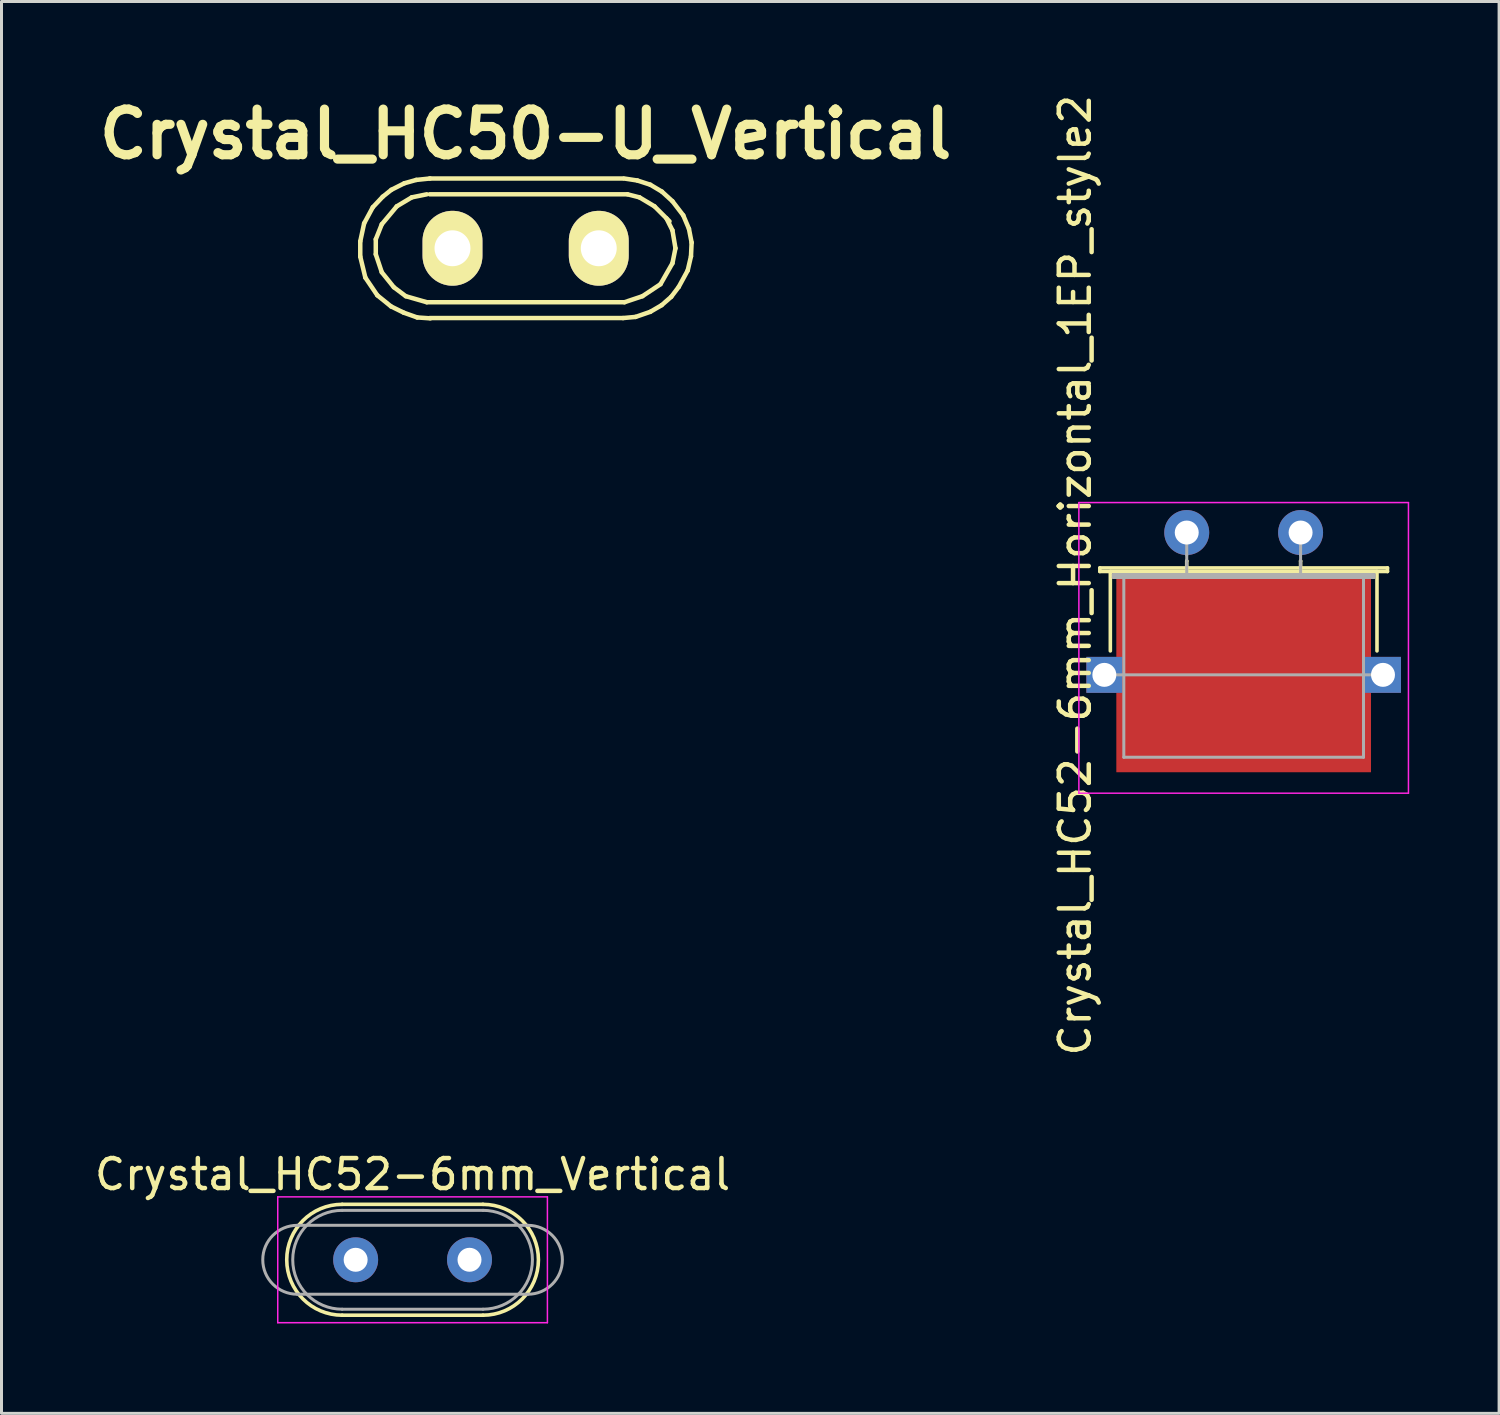
<source format=kicad_pcb>
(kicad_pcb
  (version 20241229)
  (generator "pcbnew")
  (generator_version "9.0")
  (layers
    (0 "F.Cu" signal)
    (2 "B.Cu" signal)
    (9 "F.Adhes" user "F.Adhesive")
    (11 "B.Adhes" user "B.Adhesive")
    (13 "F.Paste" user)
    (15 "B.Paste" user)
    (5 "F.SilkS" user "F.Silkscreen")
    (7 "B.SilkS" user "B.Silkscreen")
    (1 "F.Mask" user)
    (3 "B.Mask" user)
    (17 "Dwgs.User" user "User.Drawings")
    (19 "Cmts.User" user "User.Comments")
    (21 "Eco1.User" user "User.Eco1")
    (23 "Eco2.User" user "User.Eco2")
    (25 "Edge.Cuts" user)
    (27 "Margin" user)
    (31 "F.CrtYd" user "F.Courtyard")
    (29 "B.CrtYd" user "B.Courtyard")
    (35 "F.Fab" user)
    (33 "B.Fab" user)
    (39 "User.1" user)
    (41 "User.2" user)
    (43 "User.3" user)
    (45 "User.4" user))
  (footprint "Crystal_HC52-6mm_Vertical"
    (layer "F.Cu")
    (at 8.82 38.996)
    (property "Reference" "Crystal_HC52-6mm_Vertical" (at 1.9 -2.85 0) (layer "F.SilkS") (effects (font (size 1 1) (thickness 0.15))))
    (attr through_hole)
    (fp_line (start -0.45 -1.85) (end 4.25 -1.85) (stroke (width 0.12) (type solid)) (layer "F.SilkS"))
    (fp_line (start -0.45 1.85) (end 4.25 1.85) (stroke (width 0.12) (type solid)) (layer "F.SilkS"))
    (fp_arc (start -0.45 1.85) (mid -2.3 0) (end -0.45 -1.85) (stroke (width 0.12) (type solid)) (layer "F.SilkS"))
    (fp_arc (start 4.25 -1.85) (mid 6.1 0) (end 4.25 1.85) (stroke (width 0.12) (type solid)) (layer "F.SilkS"))
    (fp_line (start -2.6 -2.1) (end -2.6 2.1) (stroke (width 0.05) (type solid)) (layer "F.CrtYd"))
    (fp_line (start -2.6 2.1) (end 6.4 2.1) (stroke (width 0.05) (type solid)) (layer "F.CrtYd"))
    (fp_line (start 6.4 -2.1) (end -2.6 -2.1) (stroke (width 0.05) (type solid)) (layer "F.CrtYd"))
    (fp_line (start 6.4 2.1) (end 6.4 -2.1) (stroke (width 0.05) (type solid)) (layer "F.CrtYd"))
    (fp_line (start -1.95 -1.15) (end 5.75 -1.15) (stroke (width 0.1) (type solid)) (layer "F.Fab"))
    (fp_line (start -1.95 1.15) (end 5.75 1.15) (stroke (width 0.1) (type solid)) (layer "F.Fab"))
    (fp_line (start -0.45 -1.65) (end 4.25 -1.65) (stroke (width 0.1) (type solid)) (layer "F.Fab"))
    (fp_line (start -0.45 1.65) (end 4.25 1.65) (stroke (width 0.1) (type solid)) (layer "F.Fab"))
    (fp_arc (start -1.95 1.15) (mid -3.1 0) (end -1.95 -1.15) (stroke (width 0.1) (type solid)) (layer "F.Fab"))
    (fp_arc (start -0.45 1.65) (mid -2.1 0) (end -0.45 -1.65) (stroke (width 0.1) (type solid)) (layer "F.Fab"))
    (fp_arc (start 4.25 -1.65) (mid 5.9 0) (end 4.25 1.65) (stroke (width 0.1) (type solid)) (layer "F.Fab"))
    (fp_arc (start 5.75 -1.15) (mid 6.9 0) (end 5.75 1.15) (stroke (width 0.1) (type solid)) (layer "F.Fab"))
    (pad "1" thru_hole circle (at 0 0) (size 1.5 1.5) (drill 0.8) (layers "*.Cu" "*.Mask"))
    (pad "2" thru_hole circle (at 3.8 0) (size 1.5 1.5) (drill 0.8) (layers "*.Cu" "*.Mask")))
  (footprint "Crystal_HC50-U_Vertical"
    (layer "F.Cu")
    (at 14.493 5.236)
    (property "Reference" "Crystal_HC50-U_Vertical" (at 0 -3.81 0) (layer "F.SilkS") (effects (font (size 1.524 1.524) (thickness 0.305))))
    (attr through_hole)
    (fp_line (start -5.519 -0.231) (end -5.519 0.279) (stroke (width 0.15) (type solid)) (layer "F.SilkS"))
    (fp_line (start -5.519 0.279) (end -5.349 0.98) (stroke (width 0.15) (type solid)) (layer "F.SilkS"))
    (fp_line (start -5.39 -0.831) (end -5.519 -0.231) (stroke (width 0.15) (type solid)) (layer "F.SilkS"))
    (fp_line (start -5.349 0.98) (end -4.95 1.57) (stroke (width 0.15) (type solid)) (layer "F.SilkS"))
    (fp_line (start -5.1 -1.369) (end -5.39 -0.831) (stroke (width 0.15) (type solid)) (layer "F.SilkS"))
    (fp_line (start -5.001 -0.3) (end -4.801 -0.8) (stroke (width 0.15) (type solid)) (layer "F.SilkS"))
    (fp_line (start -5.001 0.201) (end -5.001 -0.3) (stroke (width 0.15) (type solid)) (layer "F.SilkS"))
    (fp_line (start -4.95 1.57) (end -4.491 1.941) (stroke (width 0.15) (type solid)) (layer "F.SilkS"))
    (fp_line (start -4.801 -0.8) (end -4.3 -1.4) (stroke (width 0.15) (type solid)) (layer "F.SilkS"))
    (fp_line (start -4.801 0.8) (end -5.001 0.201) (stroke (width 0.15) (type solid)) (layer "F.SilkS"))
    (fp_line (start -4.77 -1.72) (end -5.1 -1.369) (stroke (width 0.15) (type solid)) (layer "F.SilkS"))
    (fp_line (start -4.491 1.941) (end -4.069 2.149) (stroke (width 0.15) (type solid)) (layer "F.SilkS"))
    (fp_line (start -4.481 -1.951) (end -4.77 -1.72) (stroke (width 0.15) (type solid)) (layer "F.SilkS"))
    (fp_line (start -4.399 1.3) (end -4.801 0.8) (stroke (width 0.15) (type solid)) (layer "F.SilkS"))
    (fp_line (start -4.3 -1.4) (end -3.8 -1.699) (stroke (width 0.15) (type solid)) (layer "F.SilkS"))
    (fp_line (start -4.069 2.149) (end -3.619 2.309) (stroke (width 0.15) (type solid)) (layer "F.SilkS"))
    (fp_line (start -4.049 -2.169) (end -4.481 -1.951) (stroke (width 0.15) (type solid)) (layer "F.SilkS"))
    (fp_line (start -4 1.6) (end -4.399 1.3) (stroke (width 0.15) (type solid)) (layer "F.SilkS"))
    (fp_line (start -3.8 -1.699) (end -3.299 -1.801) (stroke (width 0.15) (type solid)) (layer "F.SilkS"))
    (fp_line (start -3.65 -2.281) (end -4.049 -2.169) (stroke (width 0.15) (type solid)) (layer "F.SilkS"))
    (fp_line (start -3.619 2.309) (end -3.18 2.339) (stroke (width 0.15) (type solid)) (layer "F.SilkS"))
    (fp_line (start -3.299 1.801) (end -4 1.6) (stroke (width 0.15) (type solid)) (layer "F.SilkS"))
    (fp_line (start -3.2 -2.329) (end 3.251 -2.329) (stroke (width 0.15) (type solid)) (layer "F.SilkS"))
    (fp_line (start -3.2 -1.801) (end 3.401 -1.801) (stroke (width 0.15) (type solid)) (layer "F.SilkS"))
    (fp_line (start -3.2 2.329) (end 3.251 2.329) (stroke (width 0.15) (type solid)) (layer "F.SilkS"))
    (fp_line (start -3.19 -2.329) (end -3.65 -2.281) (stroke (width 0.15) (type solid)) (layer "F.SilkS"))
    (fp_line (start 3.251 2.329) (end 3.67 2.291) (stroke (width 0.15) (type solid)) (layer "F.SilkS"))
    (fp_line (start 3.299 1.801) (end -3.299 1.801) (stroke (width 0.15) (type solid)) (layer "F.SilkS"))
    (fp_line (start 3.401 -1.801) (end 3.8 -1.699) (stroke (width 0.15) (type solid)) (layer "F.SilkS"))
    (fp_line (start 3.67 2.291) (end 4.161 2.121) (stroke (width 0.15) (type solid)) (layer "F.SilkS"))
    (fp_line (start 3.731 -2.261) (end 3.289 -2.329) (stroke (width 0.15) (type solid)) (layer "F.SilkS"))
    (fp_line (start 3.8 -1.699) (end 4.3 -1.4) (stroke (width 0.15) (type solid)) (layer "F.SilkS"))
    (fp_line (start 3.899 1.6) (end 3.299 1.801) (stroke (width 0.15) (type solid)) (layer "F.SilkS"))
    (fp_line (start 4.161 -2.121) (end 3.731 -2.261) (stroke (width 0.15) (type solid)) (layer "F.SilkS"))
    (fp_line (start 4.161 2.121) (end 4.539 1.9) (stroke (width 0.15) (type solid)) (layer "F.SilkS"))
    (fp_line (start 4.3 -1.4) (end 4.801 -0.899) (stroke (width 0.15) (type solid)) (layer "F.SilkS"))
    (fp_line (start 4.501 1.199) (end 3.899 1.6) (stroke (width 0.15) (type solid)) (layer "F.SilkS"))
    (fp_line (start 4.539 1.9) (end 4.859 1.621) (stroke (width 0.15) (type solid)) (layer "F.SilkS"))
    (fp_line (start 4.549 -1.89) (end 4.161 -2.121) (stroke (width 0.15) (type solid)) (layer "F.SilkS"))
    (fp_line (start 4.699 -1.001) (end 4.9 -0.599) (stroke (width 0.15) (type solid)) (layer "F.SilkS"))
    (fp_line (start 4.859 1.621) (end 5.11 1.29) (stroke (width 0.15) (type solid)) (layer "F.SilkS"))
    (fp_line (start 4.9 -1.57) (end 4.549 -1.89) (stroke (width 0.15) (type solid)) (layer "F.SilkS"))
    (fp_line (start 4.9 -0.599) (end 5.001 0) (stroke (width 0.15) (type solid)) (layer "F.SilkS"))
    (fp_line (start 4.9 0.5) (end 4.501 1.199) (stroke (width 0.15) (type solid)) (layer "F.SilkS"))
    (fp_line (start 5.001 0) (end 4.9 0.5) (stroke (width 0.15) (type solid)) (layer "F.SilkS"))
    (fp_line (start 5.11 1.29) (end 5.41 0.739) (stroke (width 0.15) (type solid)) (layer "F.SilkS"))
    (fp_line (start 5.26 -1.1) (end 4.9 -1.57) (stroke (width 0.15) (type solid)) (layer "F.SilkS"))
    (fp_line (start 5.41 0.739) (end 5.519 0.269) (stroke (width 0.15) (type solid)) (layer "F.SilkS"))
    (fp_line (start 5.451 -0.65) (end 5.26 -1.1) (stroke (width 0.15) (type solid)) (layer "F.SilkS"))
    (fp_line (start 5.519 0.269) (end 5.54 -0.191) (stroke (width 0.15) (type solid)) (layer "F.SilkS"))
    (fp_line (start 5.54 -0.191) (end 5.451 -0.65) (stroke (width 0.15) (type solid)) (layer "F.SilkS"))
    (pad "1" thru_hole oval (at -2.441 0) (size 1.999 2.499) (drill 1.199) (layers "*.Cu" "*.Mask" "F.SilkS"))
    (pad "2" thru_hole oval (at 2.441 0) (size 1.999 2.499) (drill 1.199) (layers "*.Cu" "*.Mask" "F.SilkS")))
  (footprint "Crystal_HC52-6mm_Horizontal_1EP_style2"
    (layer "F.Cu")
    (at 36.558 14.724)
    (property "Reference" "Crystal_HC52-6mm_Horizontal_1EP_style2" (at -3.725 1.425 90) (layer "F.SilkS") (effects (font (size 1 1) (thickness 0.15))))
    (attr through_hole)
    (fp_line (start -2.9 1.18) (end 6.7 1.18) (stroke (width 0.12) (type solid)) (layer "F.SilkS"))
    (fp_line (start -2.9 1.3) (end -2.9 1.18) (stroke (width 0.12) (type solid)) (layer "F.SilkS"))
    (fp_line (start -2.55 1.3) (end 6.35 1.3) (stroke (width 0.12) (type solid)) (layer "F.SilkS"))
    (fp_line (start -2.55 3.95) (end -2.55 1.3) (stroke (width 0.12) (type solid)) (layer "F.SilkS"))
    (fp_line (start 0 0.95) (end 0 0.95) (stroke (width 0.12) (type solid)) (layer "F.SilkS"))
    (fp_line (start 0 1.3) (end 0 0.95) (stroke (width 0.12) (type solid)) (layer "F.SilkS"))
    (fp_line (start 3.8 0.95) (end 3.8 0.95) (stroke (width 0.12) (type solid)) (layer "F.SilkS"))
    (fp_line (start 3.8 1.3) (end 3.8 0.95) (stroke (width 0.12) (type solid)) (layer "F.SilkS"))
    (fp_line (start 6.35 1.3) (end 6.35 3.95) (stroke (width 0.12) (type solid)) (layer "F.SilkS"))
    (fp_line (start 6.7 1.18) (end 6.7 1.3) (stroke (width 0.12) (type solid)) (layer "F.SilkS"))
    (fp_line (start 6.7 1.3) (end -2.9 1.3) (stroke (width 0.12) (type solid)) (layer "F.SilkS"))
    (fp_line (start -3.6 -1) (end -3.6 8.7) (stroke (width 0.05) (type solid)) (layer "F.CrtYd"))
    (fp_line (start -3.6 8.7) (end 7.4 8.7) (stroke (width 0.05) (type solid)) (layer "F.CrtYd"))
    (fp_line (start 7.4 -1) (end -3.6 -1) (stroke (width 0.05) (type solid)) (layer "F.CrtYd"))
    (fp_line (start 7.4 8.7) (end 7.4 -1) (stroke (width 0.05) (type solid)) (layer "F.CrtYd"))
    (fp_line (start -2.75 4.75) (end 6.55 4.75) (stroke (width 0.1) (type solid)) (layer "F.Fab"))
    (fp_line (start -2.45 1.4) (end 6.25 1.4) (stroke (width 0.1) (type solid)) (layer "F.Fab"))
    (fp_line (start -2.45 1.5) (end -2.45 1.4) (stroke (width 0.1) (type solid)) (layer "F.Fab"))
    (fp_line (start -2.1 1.5) (end -2.1 7.5) (stroke (width 0.1) (type solid)) (layer "F.Fab"))
    (fp_line (start -2.1 7.5) (end 5.9 7.5) (stroke (width 0.1) (type solid)) (layer "F.Fab"))
    (fp_line (start 0 0.75) (end 0 0) (stroke (width 0.1) (type solid)) (layer "F.Fab"))
    (fp_line (start 0 1.5) (end 0 0.75) (stroke (width 0.1) (type solid)) (layer "F.Fab"))
    (fp_line (start 3.8 0.75) (end 3.8 0) (stroke (width 0.1) (type solid)) (layer "F.Fab"))
    (fp_line (start 3.8 1.5) (end 3.8 0.75) (stroke (width 0.1) (type solid)) (layer "F.Fab"))
    (fp_line (start 5.9 1.5) (end -2.1 1.5) (stroke (width 0.1) (type solid)) (layer "F.Fab"))
    (fp_line (start 5.9 7.5) (end 5.9 1.5) (stroke (width 0.1) (type solid)) (layer "F.Fab"))
    (fp_line (start 6.25 1.4) (end 6.25 1.5) (stroke (width 0.1) (type solid)) (layer "F.Fab"))
    (fp_line (start 6.25 1.5) (end -2.45 1.5) (stroke (width 0.1) (type solid)) (layer "F.Fab"))
    (pad "1" thru_hole circle (at 0 0) (size 1.5 1.5) (drill 0.8) (layers "*.Cu" "*.Mask"))
    (pad "2" thru_hole circle (at 3.8 0) (size 1.5 1.5) (drill 0.8) (layers "*.Cu" "*.Mask"))
    (pad "3" thru_hole rect (at -2.75 4.75) (size 1.2 1.2) (drill 0.8) (layers "*.Cu" "*.Mask"))
    (pad "3" smd rect (at 1.9 4.75) (size 8.5 6.5) (layers "F.Cu" "F.Mask"))
    (pad "3" thru_hole rect (at 6.55 4.75) (size 1.2 1.2) (drill 0.8) (layers "*.Cu" "*.Mask")))
  (gr_rect
    (start -3 -3)
    (end 46.983 44.121)
    (stroke (width 0.1) (type default))
    (fill no)
    (layer "Edge.Cuts")))
</source>
